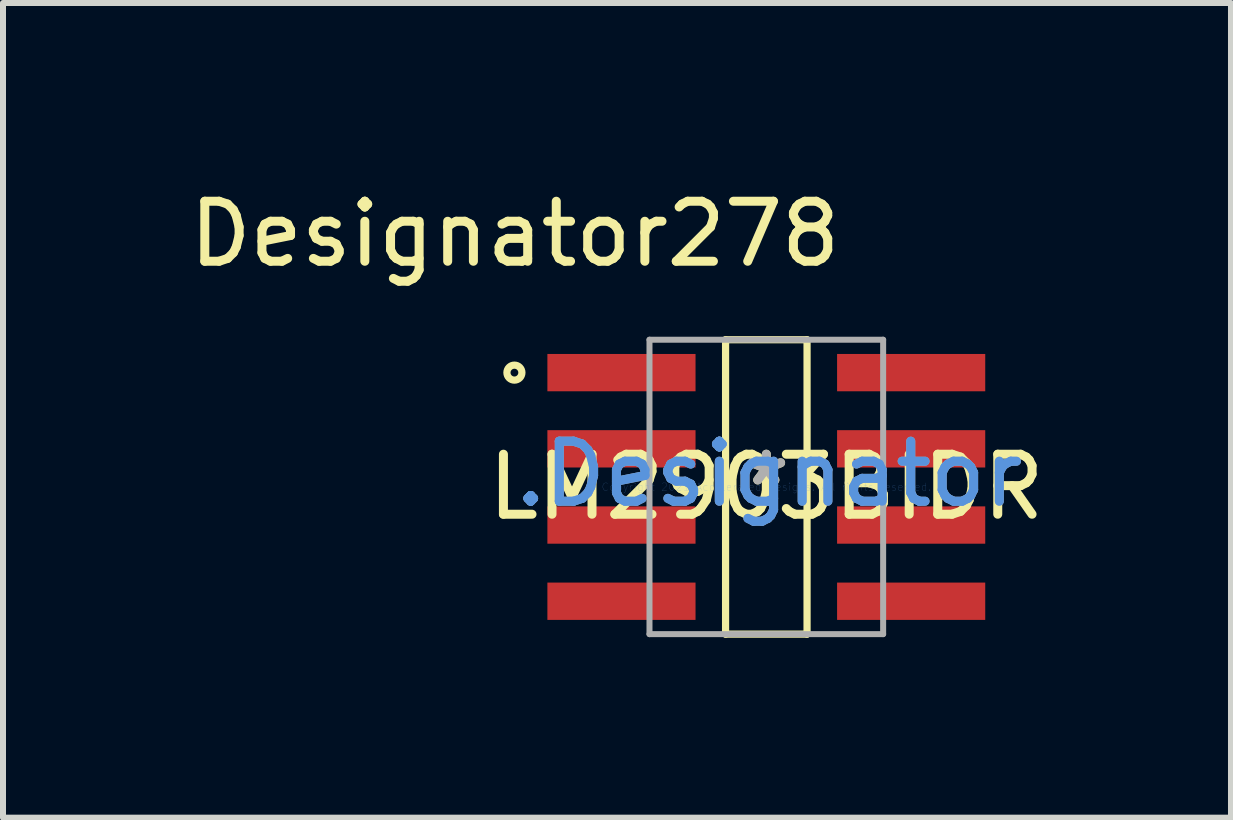
<source format=kicad_pcb>
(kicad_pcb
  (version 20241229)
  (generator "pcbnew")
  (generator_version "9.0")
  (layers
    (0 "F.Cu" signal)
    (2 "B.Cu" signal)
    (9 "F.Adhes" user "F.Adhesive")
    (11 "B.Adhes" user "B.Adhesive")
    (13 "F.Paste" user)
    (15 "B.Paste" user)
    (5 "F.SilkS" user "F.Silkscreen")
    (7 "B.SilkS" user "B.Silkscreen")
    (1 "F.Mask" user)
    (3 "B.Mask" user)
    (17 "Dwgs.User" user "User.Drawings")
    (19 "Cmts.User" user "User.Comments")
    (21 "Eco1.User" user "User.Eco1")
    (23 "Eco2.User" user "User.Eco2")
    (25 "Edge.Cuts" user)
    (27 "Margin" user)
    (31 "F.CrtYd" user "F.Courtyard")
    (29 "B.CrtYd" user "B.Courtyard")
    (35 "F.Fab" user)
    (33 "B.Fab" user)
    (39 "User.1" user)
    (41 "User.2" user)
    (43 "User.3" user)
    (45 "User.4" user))
  (footprint "LM2903BIDR"
    (layer "F.Cu")
    (at 9.721 5.065)
    (property "Reference" "LM2903BIDR" (at 0 0 0) (layer "F.SilkS") (effects (font (size 1 1) (thickness 0.15))))
    (attr through_hole)
    (fp_line (start -0.679 -2.453) (end 0.679 -2.453) (stroke (width 0.12) (type solid)) (layer "F.SilkS"))
    (fp_line (start -0.679 2.453) (end -0.679 -2.453) (stroke (width 0.12) (type solid)) (layer "F.SilkS"))
    (fp_line (start -0.679 2.453) (end 0.679 2.453) (stroke (width 0.12) (type solid)) (layer "F.SilkS"))
    (fp_line (start 0.679 2.453) (end 0.679 -2.453) (stroke (width 0.12) (type solid)) (layer "F.SilkS"))
    (fp_circle (center -4.198 -1.905) (end -4.073 -1.905) (stroke (width 0.12) (type solid)) (fill no) (layer "F.SilkS"))
    (fp_line (start -1.947 -2.453) (end 1.947 -2.453) (stroke (width 0.1) (type solid)) (layer "F.Fab"))
    (fp_line (start -1.947 2.453) (end -1.947 -2.453) (stroke (width 0.1) (type solid)) (layer "F.Fab"))
    (fp_line (start -1.947 2.453) (end 1.947 2.453) (stroke (width 0.1) (type solid)) (layer "F.Fab"))
    (fp_line (start 1.947 2.453) (end 1.947 -2.453) (stroke (width 0.1) (type solid)) (layer "F.Fab"))
    (fp_text user "*" (at 0 0 0) (layer "F.SilkS") (effects (font (size 1 1) (thickness 0.15))))
    (fp_text user "Designator278" (at -4.191 -4.216 0) (layer "F.SilkS") (effects (font (size 1 1) (thickness 0.15))))
    (fp_text user ".Designator" (at 0.05 -0.217 0) (layer "Cmts.User") (effects (font (size 1 1) (thickness 0.15))))
    (fp_text user "Copyright 2021 Accelerated Designs. All rights reserved." (at 0 0 0) (layer "Cmts.User") (effects (font (size 0.127 0.127) (thickness 0.002))))
    (fp_text user ".Designator" (at 0.05 -0.217 0) (layer "F.Fab") (effects (font (size 1 1) (thickness 0.15))))
    (fp_text user "*" (at 0 0 0) (layer "F.Fab") (effects (font (size 1 1) (thickness 0.15))))
    (pad "1" smd rect (at -2.414 -1.905) (size 2.469 0.622) (layers "F.Cu" "F.Mask" "F.Paste"))
    (pad "2" smd rect (at -2.414 -0.635) (size 2.469 0.622) (layers "F.Cu" "F.Mask" "F.Paste"))
    (pad "3" smd rect (at -2.414 0.635) (size 2.469 0.622) (layers "F.Cu" "F.Mask" "F.Paste"))
    (pad "4" smd rect (at -2.414 1.905) (size 2.469 0.622) (layers "F.Cu" "F.Mask" "F.Paste"))
    (pad "5" smd rect (at 2.414 1.905) (size 2.469 0.622) (layers "F.Cu" "F.Mask" "F.Paste"))
    (pad "6" smd rect (at 2.414 0.635) (size 2.469 0.622) (layers "F.Cu" "F.Mask" "F.Paste"))
    (pad "7" smd rect (at 2.414 -0.635) (size 2.469 0.622) (layers "F.Cu" "F.Mask" "F.Paste"))
    (pad "8" smd rect (at 2.414 -1.905) (size 2.469 0.622) (layers "F.Cu" "F.Mask" "F.Paste")))
  (gr_rect
    (start -3 -3)
    (end 17.465 10.577)
    (stroke (width 0.1) (type default))
    (fill no)
    (layer "Edge.Cuts")))
</source>
